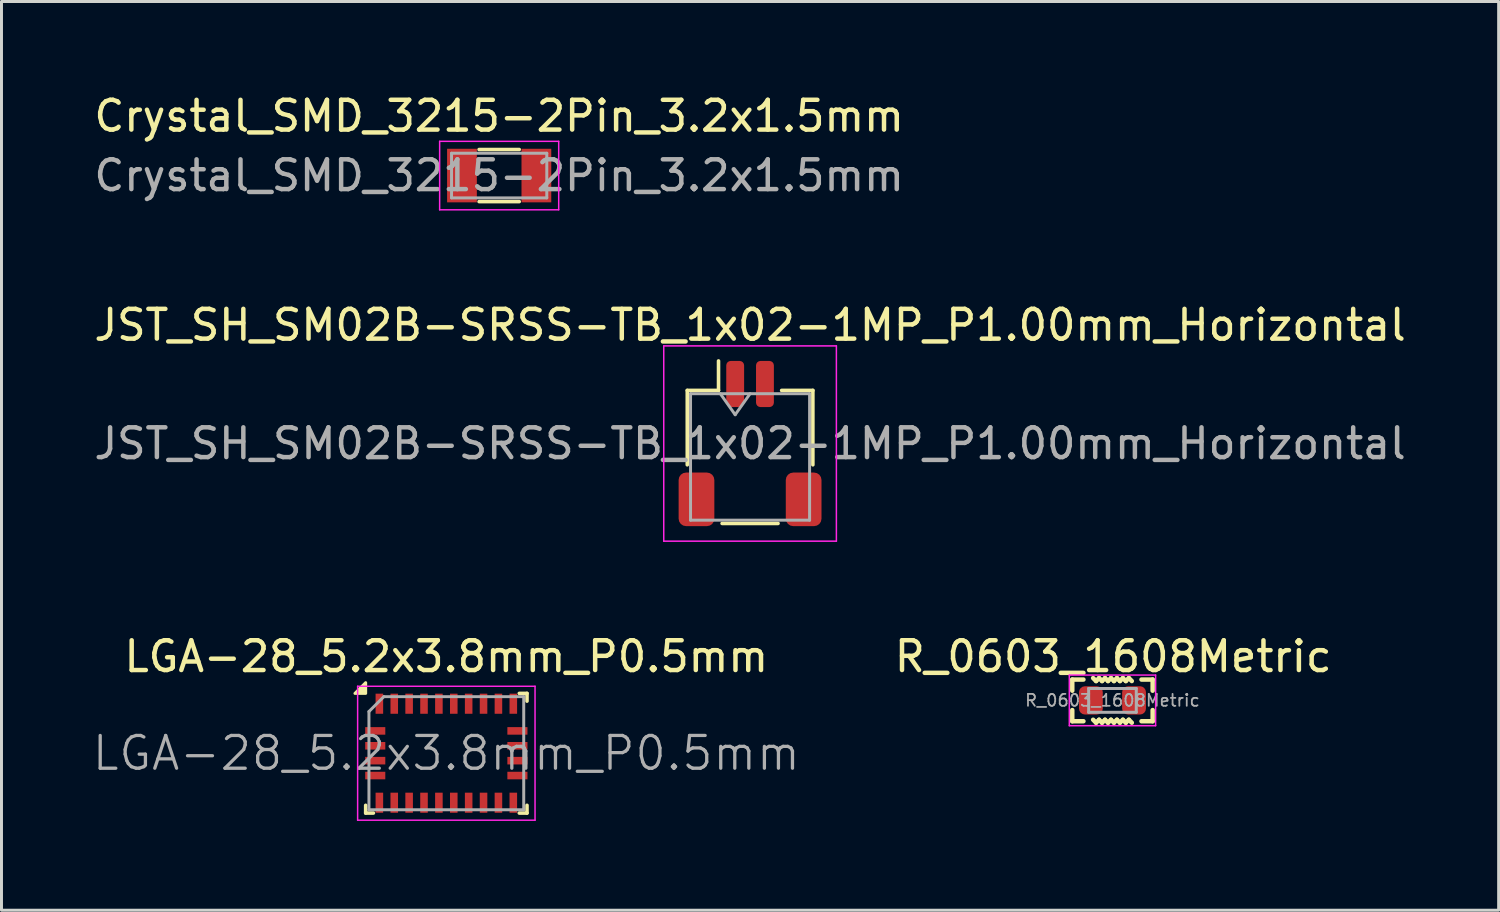
<source format=kicad_pcb>
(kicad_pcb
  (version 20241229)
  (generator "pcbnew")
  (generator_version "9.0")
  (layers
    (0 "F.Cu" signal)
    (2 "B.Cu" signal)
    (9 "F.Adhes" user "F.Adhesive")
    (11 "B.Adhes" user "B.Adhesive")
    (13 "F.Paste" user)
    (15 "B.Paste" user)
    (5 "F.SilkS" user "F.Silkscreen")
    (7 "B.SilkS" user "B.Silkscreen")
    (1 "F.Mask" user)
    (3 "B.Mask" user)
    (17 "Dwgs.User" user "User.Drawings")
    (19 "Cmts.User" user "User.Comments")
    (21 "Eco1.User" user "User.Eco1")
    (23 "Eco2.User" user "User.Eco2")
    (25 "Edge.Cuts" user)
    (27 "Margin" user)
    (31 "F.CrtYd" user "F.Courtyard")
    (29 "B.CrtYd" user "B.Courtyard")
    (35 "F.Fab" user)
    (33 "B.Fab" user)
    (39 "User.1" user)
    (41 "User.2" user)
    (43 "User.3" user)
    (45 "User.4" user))
  (footprint "Crystal_SMD_3215-2Pin_3.2x1.5mm"
    (layer "F.Cu")
    (at 13.72 2.848)
    (property "Reference" "Crystal_SMD_3215-2Pin_3.2x1.5mm" (at 0 -2 0) (layer "F.SilkS") (effects (font (size 1 1) (thickness 0.15))))
    (attr smd)
    (fp_line (start -0.675 -0.875) (end 0.675 -0.875) (stroke (width 0.12) (type solid)) (layer "F.SilkS"))
    (fp_line (start -0.675 0.875) (end 0.675 0.875) (stroke (width 0.12) (type solid)) (layer "F.SilkS"))
    (fp_line (start -2 -1.15) (end -2 1.15) (stroke (width 0.05) (type solid)) (layer "F.CrtYd"))
    (fp_line (start -2 -1.15) (end 2 -1.15) (stroke (width 0.05) (type solid)) (layer "F.CrtYd"))
    (fp_line (start -2 1.15) (end 2 1.15) (stroke (width 0.05) (type solid)) (layer "F.CrtYd"))
    (fp_line (start 2 -1.15) (end 2 1.15) (stroke (width 0.05) (type solid)) (layer "F.CrtYd"))
    (fp_line (start -1.6 -0.75) (end -1.6 0.75) (stroke (width 0.1) (type solid)) (layer "F.Fab"))
    (fp_line (start -1.6 -0.75) (end 1.6 -0.75) (stroke (width 0.1) (type solid)) (layer "F.Fab"))
    (fp_line (start -1.6 0.75) (end 1.6 0.75) (stroke (width 0.1) (type solid)) (layer "F.Fab"))
    (fp_line (start 1.6 -0.75) (end 1.6 0.75) (stroke (width 0.1) (type solid)) (layer "F.Fab"))
    (fp_text user "${REFERENCE}" (at 0 0 0) (layer "F.Fab") (effects (font (size 1 1) (thickness 0.15))))
    (pad "1" smd rect (at 1.25 0) (size 1 1.8) (layers "F.Cu" "F.Mask" "F.Paste"))
    (pad "2" smd rect (at -1.25 0) (size 1 1.8) (layers "F.Cu" "F.Mask" "F.Paste")))
  (footprint "JST_SH_SM02B-SRSS-TB_1x02-1MP_P1.00mm_Horizontal"
    (layer "F.Cu")
    (at 22.149 11.851)
    (property "Reference" "JST_SH_SM02B-SRSS-TB_1x02-1MP_P1.00mm_Horizontal" (at 0 -3.98 0) (layer "F.SilkS") (effects (font (size 1 1) (thickness 0.15))))
    (attr smd)
    (fp_line (start -2.11 -1.785) (end -1.06 -1.785) (stroke (width 0.12) (type solid)) (layer "F.SilkS"))
    (fp_line (start -2.11 0.715) (end -2.11 -1.785) (stroke (width 0.12) (type solid)) (layer "F.SilkS"))
    (fp_line (start -1.06 -1.785) (end -1.06 -2.775) (stroke (width 0.12) (type solid)) (layer "F.SilkS"))
    (fp_line (start -0.94 2.685) (end 0.94 2.685) (stroke (width 0.12) (type solid)) (layer "F.SilkS"))
    (fp_line (start 2.11 -1.785) (end 1.06 -1.785) (stroke (width 0.12) (type solid)) (layer "F.SilkS"))
    (fp_line (start 2.11 0.715) (end 2.11 -1.785) (stroke (width 0.12) (type solid)) (layer "F.SilkS"))
    (fp_line (start -2.9 -3.28) (end -2.9 3.28) (stroke (width 0.05) (type solid)) (layer "F.CrtYd"))
    (fp_line (start -2.9 3.28) (end 2.9 3.28) (stroke (width 0.05) (type solid)) (layer "F.CrtYd"))
    (fp_line (start 2.9 -3.28) (end -2.9 -3.28) (stroke (width 0.05) (type solid)) (layer "F.CrtYd"))
    (fp_line (start 2.9 3.28) (end 2.9 -3.28) (stroke (width 0.05) (type solid)) (layer "F.CrtYd"))
    (fp_line (start -2 -1.675) (end -2 2.575) (stroke (width 0.1) (type solid)) (layer "F.Fab"))
    (fp_line (start -2 -1.675) (end 2 -1.675) (stroke (width 0.1) (type solid)) (layer "F.Fab"))
    (fp_line (start -2 2.575) (end 2 2.575) (stroke (width 0.1) (type solid)) (layer "F.Fab"))
    (fp_line (start -1 -1.675) (end -0.5 -0.968) (stroke (width 0.1) (type solid)) (layer "F.Fab"))
    (fp_line (start -0.5 -0.968) (end 0 -1.675) (stroke (width 0.1) (type solid)) (layer "F.Fab"))
    (fp_line (start 2 -1.675) (end 2 2.575) (stroke (width 0.1) (type solid)) (layer "F.Fab"))
    (fp_text user "${REFERENCE}" (at 0 0 0) (layer "F.Fab") (effects (font (size 1 1) (thickness 0.15))))
    (pad "1" smd roundrect (at 0.5 -2) (size 0.6 1.55) (layers "F.Cu" "F.Mask" "F.Paste") (roundrect_rratio 0.25))
    (pad "2" smd roundrect (at -0.5 -2) (size 0.6 1.55) (layers "F.Cu" "F.Mask" "F.Paste") (roundrect_rratio 0.25))
    (pad "MP" smd roundrect (at -1.8 1.875) (size 1.2 1.8) (layers "F.Cu" "F.Mask" "F.Paste") (roundrect_rratio 0.208))
    (pad "MP" smd roundrect (at 1.8 1.875) (size 1.2 1.8) (layers "F.Cu" "F.Mask" "F.Paste") (roundrect_rratio 0.208)))
  (footprint "LGA-28_5.2x3.8mm_P0.5mm"
    (layer "F.Cu")
    (at 11.945 22.255)
    (property "Reference" "LGA-28_5.2x3.8mm_P0.5mm" (at 0 -3.25 0) (layer "F.SilkS") (effects (font (size 1 1) (thickness 0.15))))
    (attr smd)
    (fp_line (start -2.71 2.01) (end -2.71 1.75) (stroke (width 0.12) (type solid)) (layer "F.SilkS"))
    (fp_line (start -2.71 2.01) (end -2.45 2.01) (stroke (width 0.12) (type solid)) (layer "F.SilkS"))
    (fp_line (start 2.71 -2.01) (end 2.45 -2.01) (stroke (width 0.12) (type solid)) (layer "F.SilkS"))
    (fp_line (start 2.71 -2.01) (end 2.71 -1.75) (stroke (width 0.12) (type solid)) (layer "F.SilkS"))
    (fp_line (start 2.71 2.01) (end 2.45 2.01) (stroke (width 0.12) (type solid)) (layer "F.SilkS"))
    (fp_line (start 2.71 2.01) (end 2.71 1.75) (stroke (width 0.12) (type solid)) (layer "F.SilkS"))
    (fp_poly (pts (xy -2.71 -2.01) (xy -3.07 -2.01) (xy -2.71 -2.37) (xy -2.71 -2.01)) (stroke (width 0.1) (type solid)) (fill yes) (layer "F.SilkS"))
    (fp_line (start -2.98 -2.25) (end -2.98 2.25) (stroke (width 0.05) (type solid)) (layer "F.CrtYd"))
    (fp_line (start -2.98 2.25) (end 2.98 2.25) (stroke (width 0.05) (type solid)) (layer "F.CrtYd"))
    (fp_line (start 2.98 -2.25) (end -2.98 -2.25) (stroke (width 0.05) (type solid)) (layer "F.CrtYd"))
    (fp_line (start 2.98 2.25) (end 2.98 -2.25) (stroke (width 0.05) (type solid)) (layer "F.CrtYd"))
    (fp_line (start -2.6 -1.4) (end -2.6 1.9) (stroke (width 0.1) (type solid)) (layer "F.Fab"))
    (fp_line (start -2.6 -1.4) (end -2.1 -1.9) (stroke (width 0.1) (type solid)) (layer "F.Fab"))
    (fp_line (start -2.6 1.9) (end 2.6 1.9) (stroke (width 0.1) (type solid)) (layer "F.Fab"))
    (fp_line (start 2.6 -1.9) (end -2.1 -1.9) (stroke (width 0.1) (type solid)) (layer "F.Fab"))
    (fp_line (start 2.6 1.9) (end 2.6 -1.9) (stroke (width 0.1) (type solid)) (layer "F.Fab"))
    (fp_text user "${REFERENCE}" (at 0 0 0) (layer "F.Fab") (effects (font (size 1.1 1.1) (thickness 0.11))))
    (pad "1" smd rect (at -2.25 -1.663) (size 0.254 0.675) (layers "F.Cu" "F.Mask" "F.Paste"))
    (pad "2" smd rect (at -2.388 -0.75 90) (size 0.254 0.675) (layers "F.Cu" "F.Mask" "F.Paste"))
    (pad "3" smd rect (at -2.388 -0.25 90) (size 0.254 0.675) (layers "F.Cu" "F.Mask" "F.Paste"))
    (pad "4" smd rect (at -2.388 0.25 90) (size 0.254 0.675) (layers "F.Cu" "F.Mask" "F.Paste"))
    (pad "5" smd rect (at -2.388 0.75 90) (size 0.254 0.675) (layers "F.Cu" "F.Mask" "F.Paste"))
    (pad "6" smd rect (at -2.25 1.663) (size 0.254 0.675) (layers "F.Cu" "F.Mask" "F.Paste"))
    (pad "7" smd rect (at -1.75 1.663) (size 0.254 0.675) (layers "F.Cu" "F.Mask" "F.Paste"))
    (pad "8" smd rect (at -1.25 1.663) (size 0.254 0.675) (layers "F.Cu" "F.Mask" "F.Paste"))
    (pad "9" smd rect (at -0.75 1.663) (size 0.254 0.675) (layers "F.Cu" "F.Mask" "F.Paste"))
    (pad "10" smd rect (at -0.25 1.663) (size 0.254 0.675) (layers "F.Cu" "F.Mask" "F.Paste"))
    (pad "11" smd rect (at 0.25 1.663) (size 0.254 0.675) (layers "F.Cu" "F.Mask" "F.Paste"))
    (pad "12" smd rect (at 0.75 1.663) (size 0.254 0.675) (layers "F.Cu" "F.Mask" "F.Paste"))
    (pad "13" smd rect (at 1.25 1.663) (size 0.254 0.675) (layers "F.Cu" "F.Mask" "F.Paste"))
    (pad "14" smd rect (at 1.75 1.663) (size 0.254 0.675) (layers "F.Cu" "F.Mask" "F.Paste"))
    (pad "15" smd rect (at 2.25 1.663) (size 0.254 0.675) (layers "F.Cu" "F.Mask" "F.Paste"))
    (pad "16" smd rect (at 2.388 0.75 90) (size 0.254 0.675) (layers "F.Cu" "F.Mask" "F.Paste"))
    (pad "17" smd rect (at 2.388 0.25 90) (size 0.254 0.675) (layers "F.Cu" "F.Mask" "F.Paste"))
    (pad "18" smd rect (at 2.388 -0.25 90) (size 0.254 0.675) (layers "F.Cu" "F.Mask" "F.Paste"))
    (pad "19" smd rect (at 2.388 -0.75 90) (size 0.254 0.675) (layers "F.Cu" "F.Mask" "F.Paste"))
    (pad "20" smd rect (at 2.25 -1.663) (size 0.254 0.675) (layers "F.Cu" "F.Mask" "F.Paste"))
    (pad "21" smd rect (at 1.75 -1.663) (size 0.254 0.675) (layers "F.Cu" "F.Mask" "F.Paste"))
    (pad "22" smd rect (at 1.25 -1.663) (size 0.254 0.675) (layers "F.Cu" "F.Mask" "F.Paste"))
    (pad "23" smd rect (at 0.75 -1.663) (size 0.254 0.675) (layers "F.Cu" "F.Mask" "F.Paste"))
    (pad "24" smd rect (at 0.25 -1.663) (size 0.254 0.675) (layers "F.Cu" "F.Mask" "F.Paste"))
    (pad "25" smd rect (at -0.25 -1.663) (size 0.254 0.675) (layers "F.Cu" "F.Mask" "F.Paste"))
    (pad "26" smd rect (at -0.75 -1.663) (size 0.254 0.675) (layers "F.Cu" "F.Mask" "F.Paste"))
    (pad "27" smd rect (at -1.25 -1.663) (size 0.254 0.675) (layers "F.Cu" "F.Mask" "F.Paste"))
    (pad "28" smd rect (at -1.75 -1.663) (size 0.254 0.675) (layers "F.Cu" "F.Mask" "F.Paste")))
  (footprint "R_0603_1608Metric"
    (layer "F.Cu")
    (at 34.324 20.48)
    (property "Reference" "R_0603_1608Metric" (at 0.025 -1.475 180) (layer "F.SilkS") (effects (font (size 1 1) (thickness 0.15))))
    (attr smd)
    (fp_line (start -1.35 -0.7) (end -0.975 -0.7) (stroke (width 0.15) (type default)) (layer "F.SilkS"))
    (fp_line (start -1.35 -0.325) (end -1.35 -0.7) (stroke (width 0.15) (type default)) (layer "F.SilkS"))
    (fp_line (start -1.35 0.7) (end -1.35 0.325) (stroke (width 0.15) (type default)) (layer "F.SilkS"))
    (fp_line (start -0.975 0.7) (end -1.35 0.7) (stroke (width 0.15) (type default)) (layer "F.SilkS"))
    (fp_line (start -0.55 -0.65) (end -0.65 -0.75) (stroke (width 0.15) (type default)) (layer "F.SilkS"))
    (fp_line (start -0.55 0.75) (end -0.65 0.65) (stroke (width 0.15) (type default)) (layer "F.SilkS"))
    (fp_line (start -0.45 -0.75) (end -0.55 -0.65) (stroke (width 0.15) (type default)) (layer "F.SilkS"))
    (fp_line (start -0.45 0.65) (end -0.55 0.75) (stroke (width 0.15) (type default)) (layer "F.SilkS"))
    (fp_line (start -0.35 -0.65) (end -0.45 -0.75) (stroke (width 0.15) (type default)) (layer "F.SilkS"))
    (fp_line (start -0.35 0.75) (end -0.45 0.65) (stroke (width 0.15) (type default)) (layer "F.SilkS"))
    (fp_line (start -0.25 -0.75) (end -0.35 -0.65) (stroke (width 0.15) (type default)) (layer "F.SilkS"))
    (fp_line (start -0.25 0.65) (end -0.35 0.75) (stroke (width 0.15) (type default)) (layer "F.SilkS"))
    (fp_line (start -0.15 -0.65) (end -0.25 -0.75) (stroke (width 0.15) (type default)) (layer "F.SilkS"))
    (fp_line (start -0.15 0.75) (end -0.25 0.65) (stroke (width 0.15) (type default)) (layer "F.SilkS"))
    (fp_line (start -0.05 -0.75) (end -0.15 -0.65) (stroke (width 0.15) (type default)) (layer "F.SilkS"))
    (fp_line (start -0.05 0.65) (end -0.15 0.75) (stroke (width 0.15) (type default)) (layer "F.SilkS"))
    (fp_line (start 0.05 -0.65) (end -0.05 -0.75) (stroke (width 0.15) (type default)) (layer "F.SilkS"))
    (fp_line (start 0.05 0.75) (end -0.05 0.65) (stroke (width 0.15) (type default)) (layer "F.SilkS"))
    (fp_line (start 0.15 -0.75) (end 0.05 -0.65) (stroke (width 0.15) (type default)) (layer "F.SilkS"))
    (fp_line (start 0.15 0.65) (end 0.05 0.75) (stroke (width 0.15) (type default)) (layer "F.SilkS"))
    (fp_line (start 0.25 -0.65) (end 0.15 -0.75) (stroke (width 0.15) (type default)) (layer "F.SilkS"))
    (fp_line (start 0.25 0.75) (end 0.15 0.65) (stroke (width 0.15) (type default)) (layer "F.SilkS"))
    (fp_line (start 0.35 -0.75) (end 0.25 -0.65) (stroke (width 0.15) (type default)) (layer "F.SilkS"))
    (fp_line (start 0.35 0.65) (end 0.25 0.75) (stroke (width 0.15) (type default)) (layer "F.SilkS"))
    (fp_line (start 0.45 -0.65) (end 0.35 -0.75) (stroke (width 0.15) (type default)) (layer "F.SilkS"))
    (fp_line (start 0.45 0.75) (end 0.35 0.65) (stroke (width 0.15) (type default)) (layer "F.SilkS"))
    (fp_line (start 0.55 -0.75) (end 0.45 -0.65) (stroke (width 0.15) (type default)) (layer "F.SilkS"))
    (fp_line (start 0.55 0.65) (end 0.45 0.75) (stroke (width 0.15) (type default)) (layer "F.SilkS"))
    (fp_line (start 0.65 -0.65) (end 0.55 -0.75) (stroke (width 0.15) (type default)) (layer "F.SilkS"))
    (fp_line (start 0.65 0.75) (end 0.55 0.65) (stroke (width 0.15) (type default)) (layer "F.SilkS"))
    (fp_line (start 0.975 -0.7) (end 1.35 -0.7) (stroke (width 0.15) (type default)) (layer "F.SilkS"))
    (fp_line (start 1.35 -0.7) (end 1.35 -0.325) (stroke (width 0.15) (type default)) (layer "F.SilkS"))
    (fp_line (start 1.35 0.325) (end 1.35 0.7) (stroke (width 0.15) (type default)) (layer "F.SilkS"))
    (fp_line (start 1.35 0.7) (end 0.975 0.7) (stroke (width 0.15) (type default)) (layer "F.SilkS"))
    (fp_line (start -1.45 -0.85) (end 1.45 -0.85) (stroke (width 0.05) (type solid)) (layer "F.CrtYd"))
    (fp_line (start -1.45 0.85) (end -1.45 -0.85) (stroke (width 0.05) (type solid)) (layer "F.CrtYd"))
    (fp_line (start 1.45 -0.85) (end 1.45 0.85) (stroke (width 0.05) (type solid)) (layer "F.CrtYd"))
    (fp_line (start 1.45 0.85) (end -1.45 0.85) (stroke (width 0.05) (type solid)) (layer "F.CrtYd"))
    (fp_line (start -0.8 -0.4) (end 0.8 -0.4) (stroke (width 0.1) (type solid)) (layer "F.Fab"))
    (fp_line (start -0.8 0.4) (end -0.8 -0.4) (stroke (width 0.1) (type solid)) (layer "F.Fab"))
    (fp_line (start 0.8 -0.4) (end 0.8 0.4) (stroke (width 0.1) (type solid)) (layer "F.Fab"))
    (fp_line (start 0.8 0.4) (end -0.8 0.4) (stroke (width 0.1) (type solid)) (layer "F.Fab"))
    (fp_text user "${REFERENCE}" (at 0 0 180) (layer "F.Fab") (effects (font (size 0.4 0.4) (thickness 0.06))))
    (pad "1" smd roundrect (at -0.725 0) (size 0.8 0.95) (layers "F.Cu" "F.Mask" "F.Paste") (roundrect_rratio 0.25))
    (pad "2" smd roundrect (at 0.725 0) (size 0.8 0.95) (layers "F.Cu" "F.Mask" "F.Paste") (roundrect_rratio 0.25)))
  (gr_rect
    (start -3 -3)
    (end 47.298 27.53)
    (stroke (width 0.1) (type default))
    (fill no)
    (layer "Edge.Cuts")))
</source>
